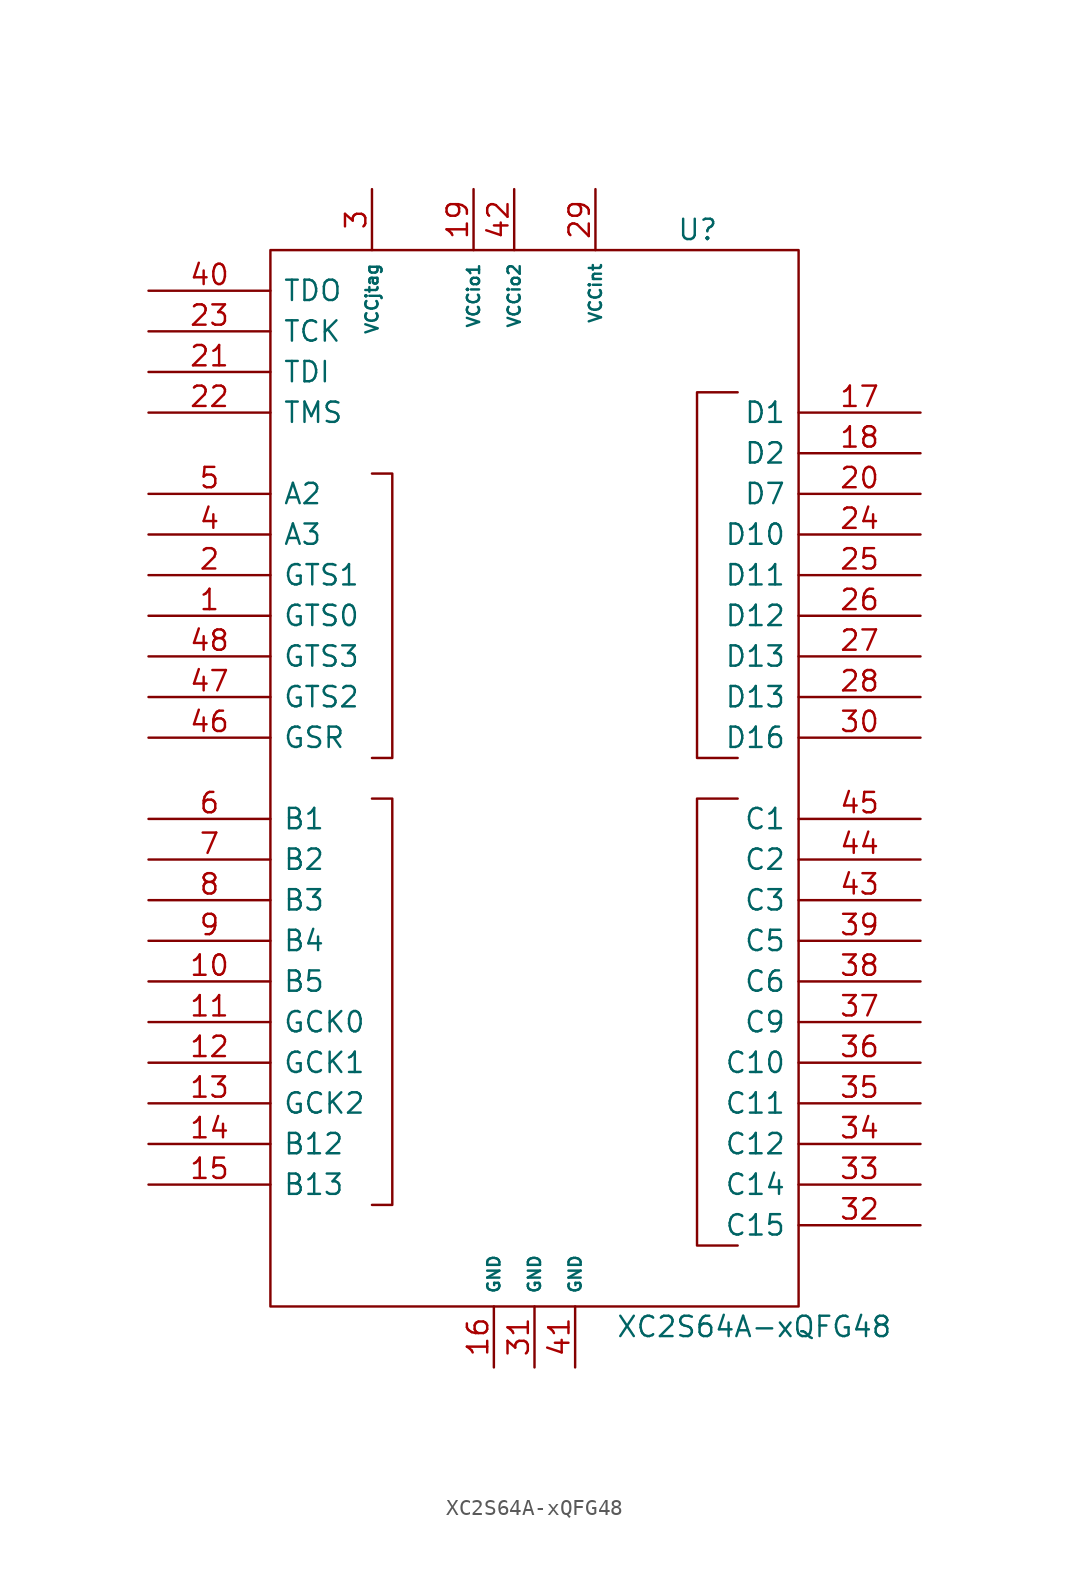
<source format=kicad_sym>
(kicad_symbol_lib
  (version 20201005)
  (generator kicad_symbol_editor)
  (symbol "XC2S64A-xQFG48"
    (pin_names
      (offset 0.762))
    (property "Reference" "U"
      (at 8.89 34.29 0)
      (effects (font (size 1.27 1.27)) (justify left)))
    (property "Value" "XC2S64A-xQFG48"
      (at 5.08 -34.29 0)
      (effects (font (size 1.27 1.27)) (justify left)))
    (symbol "XC2S64A-xQFG48_0_1"
      (rectangle (start -16.51 33.02) (end 16.51 -33.02) (stroke (width 0)) (fill (type none)))
      (polyline (pts (xy -10.16 -1.27) (xy -8.89 -1.27) (xy -8.89 -26.67) (xy -10.16 -26.67) (xy -10.16 -26.67)) (stroke (width 0)) (fill (type none)))
      (polyline (pts (xy 12.7 -1.27) (xy 10.16 -1.27) (xy 10.16 -29.21) (xy 12.7 -29.21) (xy 12.7 -29.21)) (stroke (width 0)) (fill (type none)))
      (polyline (pts (xy 12.7 1.27) (xy 10.16 1.27) (xy 10.16 24.13) (xy 12.7 24.13) (xy 12.7 24.13)) (stroke (width 0)) (fill (type none)))
      (polyline (pts (xy -10.16 19.05) (xy -8.89 19.05) (xy -8.89 1.27) (xy -10.16 1.27) (xy -10.16 1.27) (xy -10.16 1.27)) (stroke (width 0)) (fill (type none))))
    (symbol "XC2S64A-xQFG48_1_1"
      (pin bidirectional line (at -24.13 10.16 0) (length 7.62) (name "GTS0" (effects (font (size 1.27 1.27)))) (number "1" (effects (font (size 1.27 1.27)))))
      (pin bidirectional line (at -24.13 -12.7 0) (length 7.62) (name "B5" (effects (font (size 1.27 1.27)))) (number "10" (effects (font (size 1.27 1.27)))))
      (pin passive line (at -24.13 -15.24 0) (length 7.62) (name "GCK0" (effects (font (size 1.27 1.27)))) (number "11" (effects (font (size 1.27 1.27)))))
      (pin bidirectional line (at -24.13 -17.78 0) (length 7.62) (name "GCK1" (effects (font (size 1.27 1.27)))) (number "12" (effects (font (size 1.27 1.27)))))
      (pin bidirectional line (at -24.13 -20.32 0) (length 7.62) (name "GCK2" (effects (font (size 1.27 1.27)))) (number "13" (effects (font (size 1.27 1.27)))))
      (pin bidirectional line (at -24.13 -22.86 0) (length 7.62) (name "B12" (effects (font (size 1.27 1.27)))) (number "14" (effects (font (size 1.27 1.27)))))
      (pin bidirectional line (at -24.13 -25.4 0) (length 7.62) (name "B13" (effects (font (size 1.27 1.27)))) (number "15" (effects (font (size 1.27 1.27)))))
      (pin power_in line (at -2.54 -36.83 90) (length 3.81) (name "GND" (effects (font (size 0.762 0.762)))) (number "16" (effects (font (size 1.27 1.27)))))
      (pin bidirectional line (at 24.13 22.86 180) (length 7.62) (name "D1" (effects (font (size 1.27 1.27)))) (number "17" (effects (font (size 1.27 1.27)))))
      (pin bidirectional line (at 24.13 20.32 180) (length 7.62) (name "D2" (effects (font (size 1.27 1.27)))) (number "18" (effects (font (size 1.27 1.27)))))
      (pin power_in line (at -3.81 36.83 270) (length 3.81) (name "VCCio1" (effects (font (size 0.762 0.762)))) (number "19" (effects (font (size 1.27 1.27)))))
      (pin bidirectional line (at -24.13 12.7 0) (length 7.62) (name "GTS1" (effects (font (size 1.27 1.27)))) (number "2" (effects (font (size 1.27 1.27)))))
      (pin bidirectional line (at 24.13 17.78 180) (length 7.62) (name "D7" (effects (font (size 1.27 1.27)))) (number "20" (effects (font (size 1.27 1.27)))))
      (pin input line (at -24.13 25.4 0) (length 7.62) (name "TDI" (effects (font (size 1.27 1.27)))) (number "21" (effects (font (size 1.27 1.27)))))
      (pin input line (at -24.13 22.86 0) (length 7.62) (name "TMS" (effects (font (size 1.27 1.27)))) (number "22" (effects (font (size 1.27 1.27)))))
      (pin input line (at -24.13 27.94 0) (length 7.62) (name "TCK" (effects (font (size 1.27 1.27)))) (number "23" (effects (font (size 1.27 1.27)))))
      (pin bidirectional line (at 24.13 15.24 180) (length 7.62) (name "D10" (effects (font (size 1.27 1.27)))) (number "24" (effects (font (size 1.27 1.27)))))
      (pin bidirectional line (at 24.13 12.7 180) (length 7.62) (name "D11" (effects (font (size 1.27 1.27)))) (number "25" (effects (font (size 1.27 1.27)))))
      (pin bidirectional line (at 24.13 10.16 180) (length 7.62) (name "D12" (effects (font (size 1.27 1.27)))) (number "26" (effects (font (size 1.27 1.27)))))
      (pin bidirectional line (at 24.13 7.62 180) (length 7.62) (name "D13" (effects (font (size 1.27 1.27)))) (number "27" (effects (font (size 1.27 1.27)))))
      (pin bidirectional line (at 24.13 5.08 180) (length 7.62) (name "D13" (effects (font (size 1.27 1.27)))) (number "28" (effects (font (size 1.27 1.27)))))
      (pin power_in line (at 3.81 36.83 270) (length 3.81) (name "VCCint" (effects (font (size 0.762 0.762)))) (number "29" (effects (font (size 1.27 1.27)))))
      (pin power_in line (at -10.16 36.83 270) (length 3.81) (name "VCCjtag" (effects (font (size 0.762 0.762)))) (number "3" (effects (font (size 1.27 1.27)))))
      (pin bidirectional line (at 24.13 2.54 180) (length 7.62) (name "D16" (effects (font (size 1.27 1.27)))) (number "30" (effects (font (size 1.27 1.27)))))
      (pin power_in line (at 0 -36.83 90) (length 3.81) (name "GND" (effects (font (size 0.762 0.762)))) (number "31" (effects (font (size 1.27 1.27)))))
      (pin bidirectional line (at 24.13 -27.94 180) (length 7.62) (name "C15" (effects (font (size 1.27 1.27)))) (number "32" (effects (font (size 1.27 1.27)))))
      (pin bidirectional line (at 24.13 -25.4 180) (length 7.62) (name "C14" (effects (font (size 1.27 1.27)))) (number "33" (effects (font (size 1.27 1.27)))))
      (pin bidirectional line (at 24.13 -22.86 180) (length 7.62) (name "C12" (effects (font (size 1.27 1.27)))) (number "34" (effects (font (size 1.27 1.27)))))
      (pin bidirectional line (at 24.13 -20.32 180) (length 7.62) (name "C11" (effects (font (size 1.27 1.27)))) (number "35" (effects (font (size 1.27 1.27)))))
      (pin bidirectional line (at 24.13 -17.78 180) (length 7.62) (name "C10" (effects (font (size 1.27 1.27)))) (number "36" (effects (font (size 1.27 1.27)))))
      (pin bidirectional line (at 24.13 -15.24 180) (length 7.62) (name "C9" (effects (font (size 1.27 1.27)))) (number "37" (effects (font (size 1.27 1.27)))))
      (pin bidirectional line (at 24.13 -12.7 180) (length 7.62) (name "C6" (effects (font (size 1.27 1.27)))) (number "38" (effects (font (size 1.27 1.27)))))
      (pin bidirectional line (at 24.13 -10.16 180) (length 7.62) (name "C5" (effects (font (size 1.27 1.27)))) (number "39" (effects (font (size 1.27 1.27)))))
      (pin bidirectional line (at -24.13 15.24 0) (length 7.62) (name "A3" (effects (font (size 1.27 1.27)))) (number "4" (effects (font (size 1.27 1.27)))))
      (pin output line (at -24.13 30.48 0) (length 7.62) (name "TDO" (effects (font (size 1.27 1.27)))) (number "40" (effects (font (size 1.27 1.27)))))
      (pin power_in line (at 2.54 -36.83 90) (length 3.81) (name "GND" (effects (font (size 0.762 0.762)))) (number "41" (effects (font (size 1.27 1.27)))))
      (pin power_in line (at -1.27 36.83 270) (length 3.81) (name "VCCio2" (effects (font (size 0.762 0.762)))) (number "42" (effects (font (size 1.27 1.27)))))
      (pin bidirectional line (at 24.13 -7.62 180) (length 7.62) (name "C3" (effects (font (size 1.27 1.27)))) (number "43" (effects (font (size 1.27 1.27)))))
      (pin bidirectional line (at 24.13 -5.08 180) (length 7.62) (name "C2" (effects (font (size 1.27 1.27)))) (number "44" (effects (font (size 1.27 1.27)))))
      (pin bidirectional line (at 24.13 -2.54 180) (length 7.62) (name "C1" (effects (font (size 1.27 1.27)))) (number "45" (effects (font (size 1.27 1.27)))))
      (pin bidirectional line (at -24.13 2.54 0) (length 7.62) (name "GSR" (effects (font (size 1.27 1.27)))) (number "46" (effects (font (size 1.27 1.27)))))
      (pin bidirectional line (at -24.13 5.08 0) (length 7.62) (name "GTS2" (effects (font (size 1.27 1.27)))) (number "47" (effects (font (size 1.27 1.27)))))
      (pin bidirectional line (at -24.13 7.62 0) (length 7.62) (name "GTS3" (effects (font (size 1.27 1.27)))) (number "48" (effects (font (size 1.27 1.27)))))
      (pin bidirectional line (at -24.13 17.78 0) (length 7.62) (name "A2" (effects (font (size 1.27 1.27)))) (number "5" (effects (font (size 1.27 1.27)))))
      (pin bidirectional line (at -24.13 -2.54 0) (length 7.62) (name "B1" (effects (font (size 1.27 1.27)))) (number "6" (effects (font (size 1.27 1.27)))))
      (pin bidirectional line (at -24.13 -5.08 0) (length 7.62) (name "B2" (effects (font (size 1.27 1.27)))) (number "7" (effects (font (size 1.27 1.27)))))
      (pin bidirectional line (at -24.13 -7.62 0) (length 7.62) (name "B3" (effects (font (size 1.27 1.27)))) (number "8" (effects (font (size 1.27 1.27)))))
      (pin passive line (at -24.13 -10.16 0) (length 7.62) (name "B4" (effects (font (size 1.27 1.27)))) (number "9" (effects (font (size 1.27 1.27))))))))
</source>
